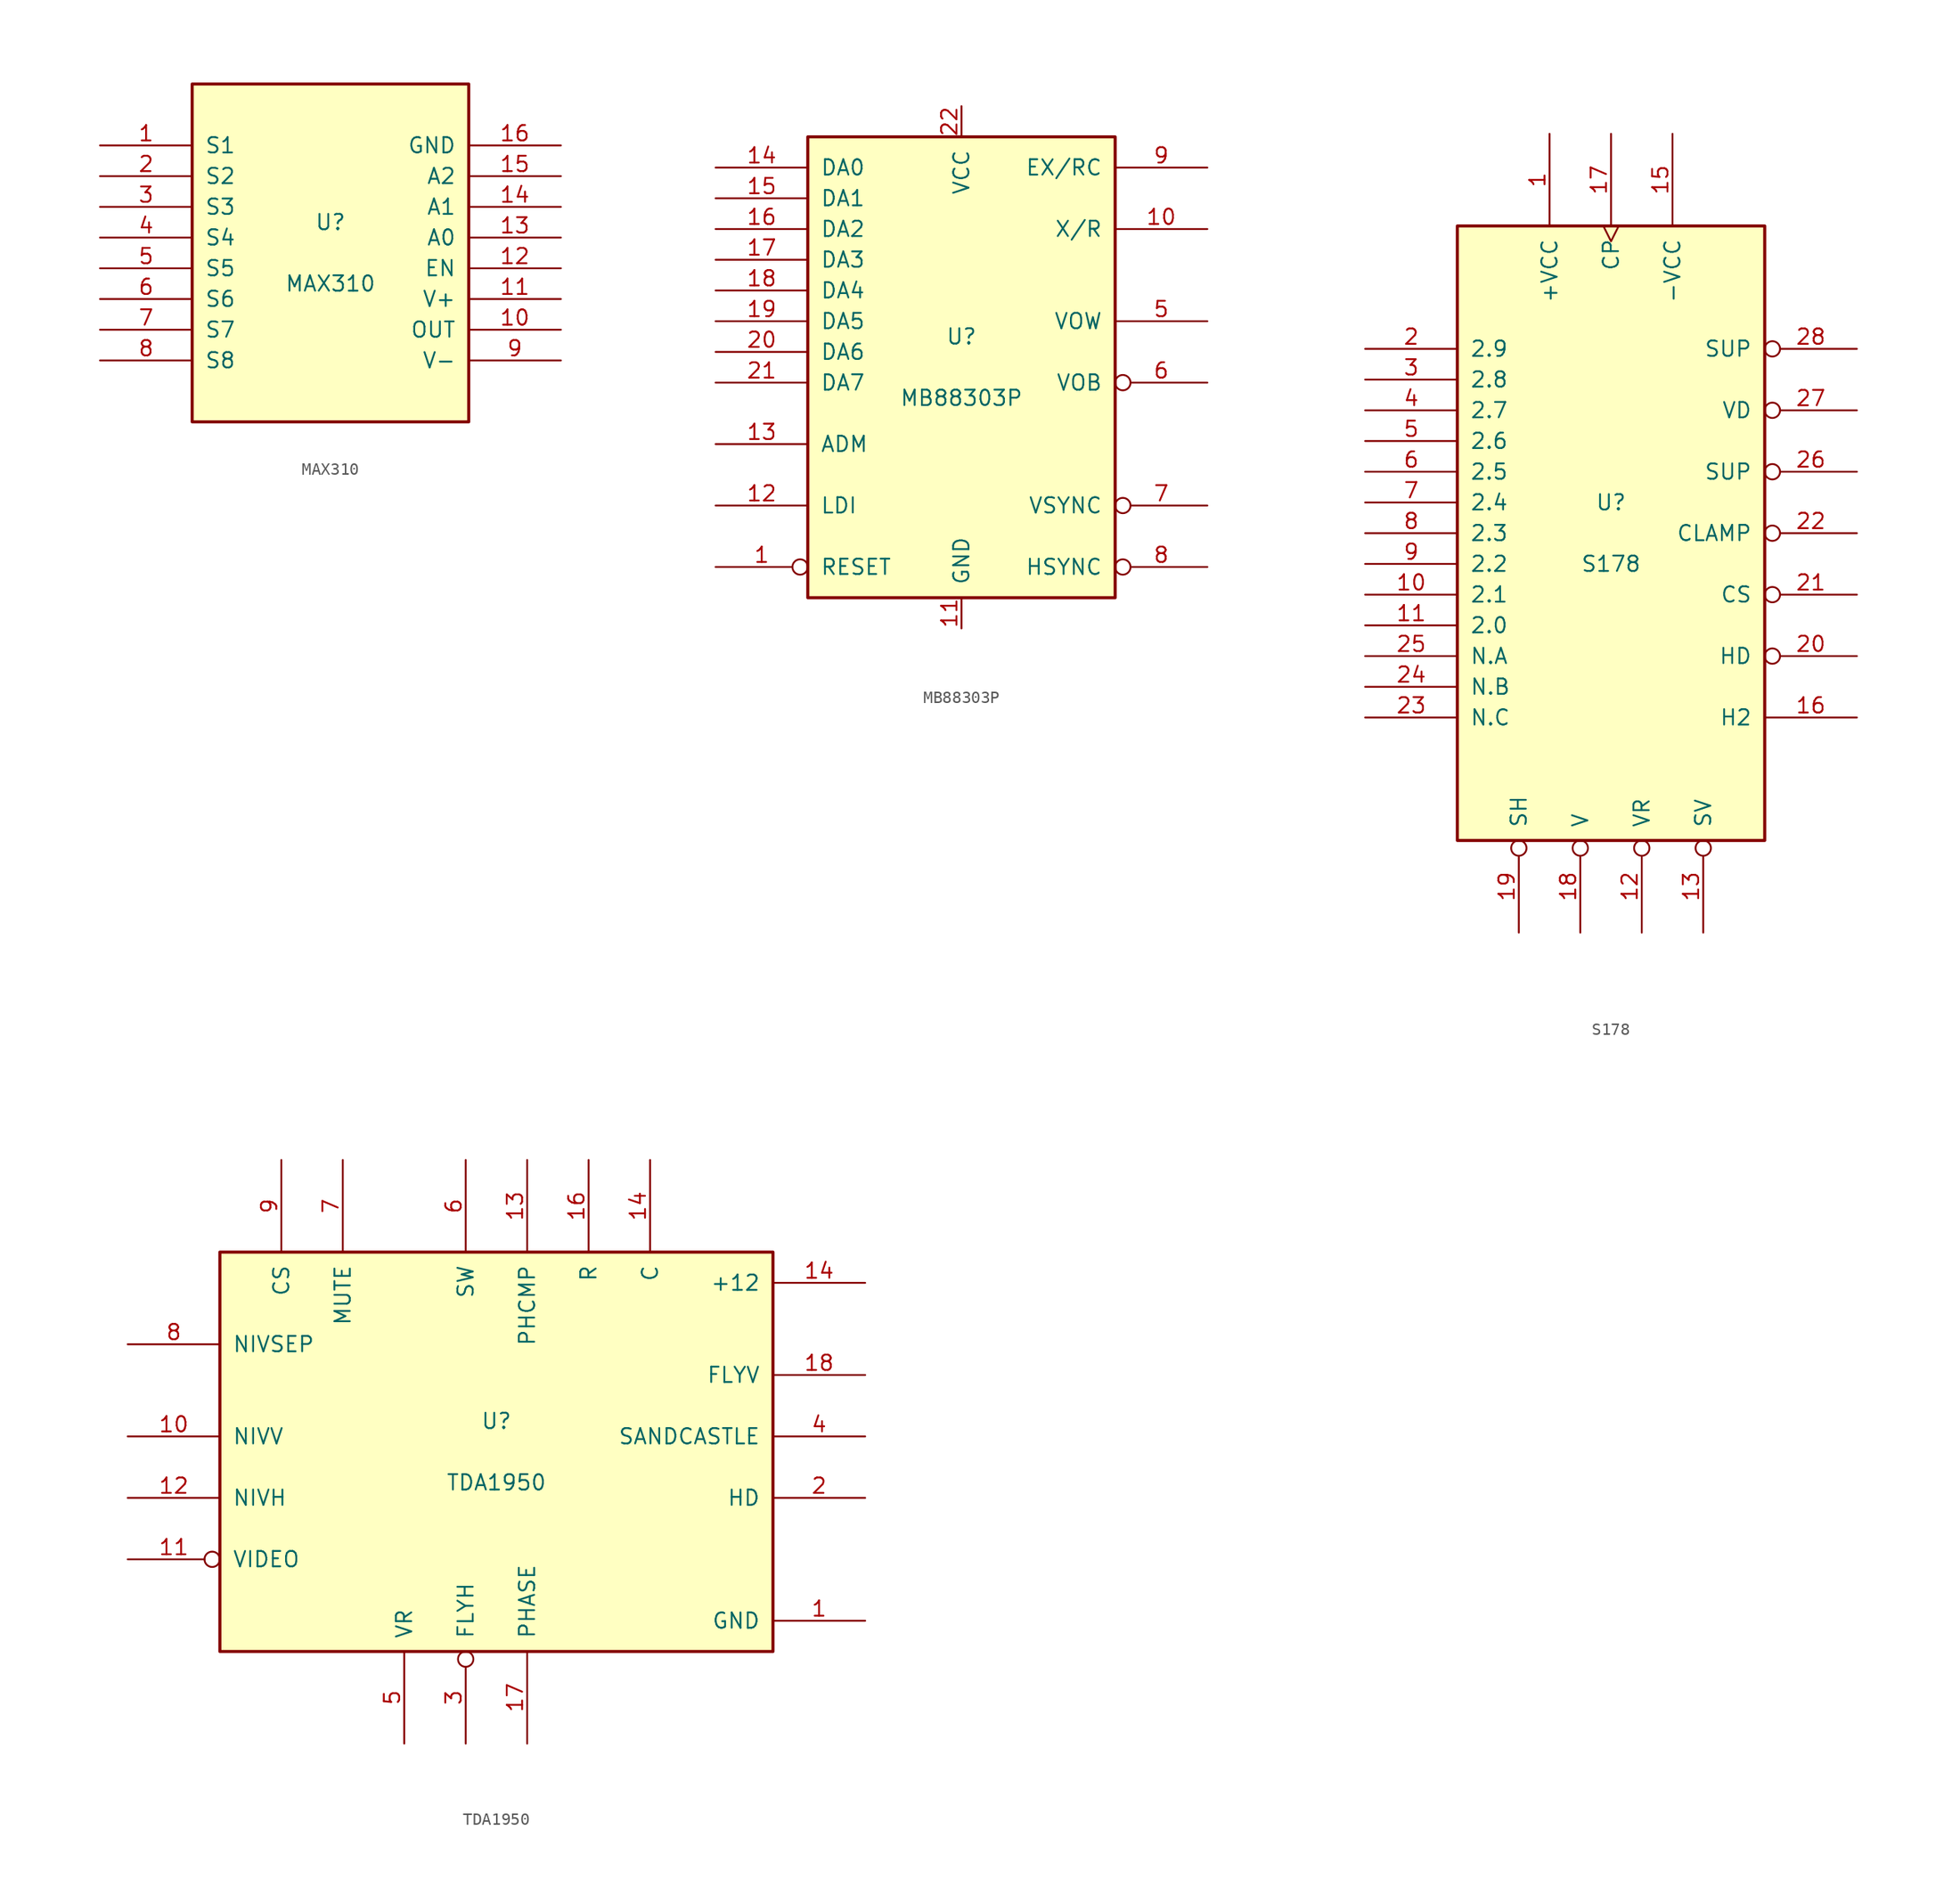
<source format=kicad_sym>
(kicad_symbol_lib
  (version 20231120)
  (generator "kicad_symbol_editor")
  (generator_version "8.0")
  (symbol "MAX310"
    (pin_names
      (offset 1.016))
    (property "Reference" "U"
      (at 0 2.54 0)
      (effects (font (size 1.27 1.27))))
    (property "Value" "MAX310"
      (at 0 -2.54 0)
      (effects (font (size 1.27 1.27))))
    (symbol "MAX310_0_1"
      (rectangle (start -11.43 -13.97) (end 11.43 13.97) (stroke (width 0.254) (type default)) (fill (type background))))
    (symbol "MAX310_1_1"
      (pin input line (at -19.05 8.89 0) (length 7.62) (name "S1" (effects (font (size 1.27 1.27)))) (number "1" (effects (font (size 1.27 1.27)))))
      (pin input line (at 19.05 -6.35 180) (length 7.62) (name "OUT" (effects (font (size 1.27 1.27)))) (number "10" (effects (font (size 1.27 1.27)))))
      (pin input line (at 19.05 -3.81 180) (length 7.62) (name "V+" (effects (font (size 1.27 1.27)))) (number "11" (effects (font (size 1.27 1.27)))))
      (pin input line (at 19.05 -1.27 180) (length 7.62) (name "EN" (effects (font (size 1.27 1.27)))) (number "12" (effects (font (size 1.27 1.27)))))
      (pin input line (at 19.05 1.27 180) (length 7.62) (name "A0" (effects (font (size 1.27 1.27)))) (number "13" (effects (font (size 1.27 1.27)))))
      (pin input line (at 19.05 3.81 180) (length 7.62) (name "A1" (effects (font (size 1.27 1.27)))) (number "14" (effects (font (size 1.27 1.27)))))
      (pin input line (at 19.05 6.35 180) (length 7.62) (name "A2" (effects (font (size 1.27 1.27)))) (number "15" (effects (font (size 1.27 1.27)))))
      (pin input line (at 19.05 8.89 180) (length 7.62) (name "GND" (effects (font (size 1.27 1.27)))) (number "16" (effects (font (size 1.27 1.27)))))
      (pin input line (at -19.05 6.35 0) (length 7.62) (name "S2" (effects (font (size 1.27 1.27)))) (number "2" (effects (font (size 1.27 1.27)))))
      (pin input line (at -19.05 3.81 0) (length 7.62) (name "S3" (effects (font (size 1.27 1.27)))) (number "3" (effects (font (size 1.27 1.27)))))
      (pin input line (at -19.05 1.27 0) (length 7.62) (name "S4" (effects (font (size 1.27 1.27)))) (number "4" (effects (font (size 1.27 1.27)))))
      (pin input line (at -19.05 -1.27 0) (length 7.62) (name "S5" (effects (font (size 1.27 1.27)))) (number "5" (effects (font (size 1.27 1.27)))))
      (pin input line (at -19.05 -3.81 0) (length 7.62) (name "S6" (effects (font (size 1.27 1.27)))) (number "6" (effects (font (size 1.27 1.27)))))
      (pin input line (at -19.05 -6.35 0) (length 7.62) (name "S7" (effects (font (size 1.27 1.27)))) (number "7" (effects (font (size 1.27 1.27)))))
      (pin input line (at -19.05 -8.89 0) (length 7.62) (name "S8" (effects (font (size 1.27 1.27)))) (number "8" (effects (font (size 1.27 1.27)))))
      (pin input line (at 19.05 -8.89 180) (length 7.62) (name "V-" (effects (font (size 1.27 1.27)))) (number "9" (effects (font (size 1.27 1.27)))))))
  (symbol "MB88303P"
    (pin_names
      (offset 1.016))
    (property "Reference" "U"
      (at 0 2.54 0)
      (effects (font (size 1.27 1.27))))
    (property "Value" "MB88303P"
      (at 0 -2.54 0)
      (effects (font (size 1.27 1.27))))
    (symbol "MB88303P_0_1"
      (rectangle (start -12.7 -19.05) (end 12.7 19.05) (stroke (width 0.254) (type default)) (fill (type background))))
    (symbol "MB88303P_1_1"
      (pin input inverted (at -20.32 -16.51 0) (length 7.62) (name "RESET" (effects (font (size 1.27 1.27)))) (number "1" (effects (font (size 1.27 1.27)))))
      (pin output line (at 20.32 11.43 180) (length 7.62) (name "X/R" (effects (font (size 1.27 1.27)))) (number "10" (effects (font (size 1.27 1.27)))))
      (pin power_in line (at 0 -21.59 90) (length 2.54) (name "GND" (effects (font (size 1.27 1.27)))) (number "11" (effects (font (size 1.27 1.27)))))
      (pin input line (at -20.32 -11.43 0) (length 7.62) (name "LDI" (effects (font (size 1.27 1.27)))) (number "12" (effects (font (size 1.27 1.27)))))
      (pin input line (at -20.32 -6.35 0) (length 7.62) (name "ADM" (effects (font (size 1.27 1.27)))) (number "13" (effects (font (size 1.27 1.27)))))
      (pin input line (at -20.32 16.51 0) (length 7.62) (name "DA0" (effects (font (size 1.27 1.27)))) (number "14" (effects (font (size 1.27 1.27)))))
      (pin input line (at -20.32 13.97 0) (length 7.62) (name "DA1" (effects (font (size 1.27 1.27)))) (number "15" (effects (font (size 1.27 1.27)))))
      (pin input line (at -20.32 11.43 0) (length 7.62) (name "DA2" (effects (font (size 1.27 1.27)))) (number "16" (effects (font (size 1.27 1.27)))))
      (pin input line (at -20.32 8.89 0) (length 7.62) (name "DA3" (effects (font (size 1.27 1.27)))) (number "17" (effects (font (size 1.27 1.27)))))
      (pin input line (at -20.32 6.35 0) (length 7.62) (name "DA4" (effects (font (size 1.27 1.27)))) (number "18" (effects (font (size 1.27 1.27)))))
      (pin input line (at -20.32 3.81 0) (length 7.62) (name "DA5" (effects (font (size 1.27 1.27)))) (number "19" (effects (font (size 1.27 1.27)))))
      (pin input line (at -20.32 1.27 0) (length 7.62) (name "DA6" (effects (font (size 1.27 1.27)))) (number "20" (effects (font (size 1.27 1.27)))))
      (pin input line (at -20.32 -1.27 0) (length 7.62) (name "DA7" (effects (font (size 1.27 1.27)))) (number "21" (effects (font (size 1.27 1.27)))))
      (pin power_in line (at 0 21.59 270) (length 2.54) (name "VCC" (effects (font (size 1.27 1.27)))) (number "22" (effects (font (size 1.27 1.27)))))
      (pin output line (at 20.32 3.81 180) (length 7.62) (name "VOW" (effects (font (size 1.27 1.27)))) (number "5" (effects (font (size 1.27 1.27)))))
      (pin output inverted (at 20.32 -1.27 180) (length 7.62) (name "VOB" (effects (font (size 1.27 1.27)))) (number "6" (effects (font (size 1.27 1.27)))))
      (pin input inverted (at 20.32 -11.43 180) (length 7.62) (name "VSYNC" (effects (font (size 1.27 1.27)))) (number "7" (effects (font (size 1.27 1.27)))))
      (pin input inverted (at 20.32 -16.51 180) (length 7.62) (name "HSYNC" (effects (font (size 1.27 1.27)))) (number "8" (effects (font (size 1.27 1.27)))))
      (pin input line (at 20.32 16.51 180) (length 7.62) (name "EX/RC" (effects (font (size 1.27 1.27)))) (number "9" (effects (font (size 1.27 1.27)))))))
  (symbol "S178"
    (pin_names
      (offset 1.016))
    (property "Reference" "U"
      (at 0 2.54 0)
      (effects (font (size 1.27 1.27))))
    (property "Value" "S178"
      (at 0 -2.54 0)
      (effects (font (size 1.27 1.27))))
    (symbol "S178_0_1"
      (rectangle (start -12.7 -25.4) (end 12.7 25.4) (stroke (width 0.254) (type default)) (fill (type background))))
    (symbol "S178_1_1"
      (pin input line (at -5.08 33.02 270) (length 7.62) (name "+VCC" (effects (font (size 1.27 1.27)))) (number "1" (effects (font (size 1.27 1.27)))))
      (pin input line (at -20.32 -5.08 0) (length 7.62) (name "2.1" (effects (font (size 1.27 1.27)))) (number "10" (effects (font (size 1.27 1.27)))))
      (pin input line (at -20.32 -7.62 0) (length 7.62) (name "2.0" (effects (font (size 1.27 1.27)))) (number "11" (effects (font (size 1.27 1.27)))))
      (pin input inverted (at 2.54 -33.02 90) (length 7.62) (name "VR" (effects (font (size 1.27 1.27)))) (number "12" (effects (font (size 1.27 1.27)))))
      (pin input inverted (at 7.62 -33.02 90) (length 7.62) (name "SV" (effects (font (size 1.27 1.27)))) (number "13" (effects (font (size 1.27 1.27)))))
      (pin input line (at 5.08 33.02 270) (length 7.62) (name "-VCC" (effects (font (size 1.27 1.27)))) (number "15" (effects (font (size 1.27 1.27)))))
      (pin output line (at 20.32 -15.24 180) (length 7.62) (name "H2" (effects (font (size 1.27 1.27)))) (number "16" (effects (font (size 1.27 1.27)))))
      (pin input clock (at 0 33.02 270) (length 7.62) (name "CP" (effects (font (size 1.27 1.27)))) (number "17" (effects (font (size 1.27 1.27)))))
      (pin input inverted (at -2.54 -33.02 90) (length 7.62) (name "V" (effects (font (size 1.27 1.27)))) (number "18" (effects (font (size 1.27 1.27)))))
      (pin input inverted (at -7.62 -33.02 90) (length 7.62) (name "SH" (effects (font (size 1.27 1.27)))) (number "19" (effects (font (size 1.27 1.27)))))
      (pin input line (at -20.32 15.24 0) (length 7.62) (name "2.9" (effects (font (size 1.27 1.27)))) (number "2" (effects (font (size 1.27 1.27)))))
      (pin output inverted (at 20.32 -10.16 180) (length 7.62) (name "HD" (effects (font (size 1.27 1.27)))) (number "20" (effects (font (size 1.27 1.27)))))
      (pin output inverted (at 20.32 -5.08 180) (length 7.62) (name "CS" (effects (font (size 1.27 1.27)))) (number "21" (effects (font (size 1.27 1.27)))))
      (pin output inverted (at 20.32 0 180) (length 7.62) (name "CLAMP" (effects (font (size 1.27 1.27)))) (number "22" (effects (font (size 1.27 1.27)))))
      (pin input line (at -20.32 -15.24 0) (length 7.62) (name "N.C" (effects (font (size 1.27 1.27)))) (number "23" (effects (font (size 1.27 1.27)))))
      (pin input line (at -20.32 -12.7 0) (length 7.62) (name "N.B" (effects (font (size 1.27 1.27)))) (number "24" (effects (font (size 1.27 1.27)))))
      (pin input line (at -20.32 -10.16 0) (length 7.62) (name "N.A" (effects (font (size 1.27 1.27)))) (number "25" (effects (font (size 1.27 1.27)))))
      (pin output inverted (at 20.32 5.08 180) (length 7.62) (name "SUP" (effects (font (size 1.27 1.27)))) (number "26" (effects (font (size 1.27 1.27)))))
      (pin output inverted (at 20.32 10.16 180) (length 7.62) (name "VD" (effects (font (size 1.27 1.27)))) (number "27" (effects (font (size 1.27 1.27)))))
      (pin output inverted (at 20.32 15.24 180) (length 7.62) (name "SUP" (effects (font (size 1.27 1.27)))) (number "28" (effects (font (size 1.27 1.27)))))
      (pin input line (at -20.32 12.7 0) (length 7.62) (name "2.8" (effects (font (size 1.27 1.27)))) (number "3" (effects (font (size 1.27 1.27)))))
      (pin input line (at -20.32 10.16 0) (length 7.62) (name "2.7" (effects (font (size 1.27 1.27)))) (number "4" (effects (font (size 1.27 1.27)))))
      (pin input line (at -20.32 7.62 0) (length 7.62) (name "2.6" (effects (font (size 1.27 1.27)))) (number "5" (effects (font (size 1.27 1.27)))))
      (pin input line (at -20.32 5.08 0) (length 7.62) (name "2.5" (effects (font (size 1.27 1.27)))) (number "6" (effects (font (size 1.27 1.27)))))
      (pin input line (at -20.32 2.54 0) (length 7.62) (name "2.4" (effects (font (size 1.27 1.27)))) (number "7" (effects (font (size 1.27 1.27)))))
      (pin input line (at -20.32 0 0) (length 7.62) (name "2.3" (effects (font (size 1.27 1.27)))) (number "8" (effects (font (size 1.27 1.27)))))
      (pin input line (at -20.32 -2.54 0) (length 7.62) (name "2.2" (effects (font (size 1.27 1.27)))) (number "9" (effects (font (size 1.27 1.27)))))))
  (symbol "TDA1950"
    (pin_names
      (offset 1.016))
    (property "Reference" "U"
      (at 0 2.54 0)
      (effects (font (size 1.27 1.27))))
    (property "Value" "TDA1950"
      (at 0 -2.54 0)
      (effects (font (size 1.27 1.27))))
    (symbol "TDA1950_0_1"
      (rectangle (start -22.86 -16.51) (end 22.86 16.51) (stroke (width 0.254) (type default)) (fill (type background))))
    (symbol "TDA1950_1_1"
      (pin input line (at 30.48 -13.97 180) (length 7.62) (name "GND" (effects (font (size 1.27 1.27)))) (number "1" (effects (font (size 1.27 1.27)))))
      (pin output line (at -30.48 1.27 0) (length 7.62) (name "NIVV" (effects (font (size 1.27 1.27)))) (number "10" (effects (font (size 1.27 1.27)))))
      (pin input inverted (at -30.48 -8.89 0) (length 7.62) (name "VIDEO" (effects (font (size 1.27 1.27)))) (number "11" (effects (font (size 1.27 1.27)))))
      (pin output line (at -30.48 -3.81 0) (length 7.62) (name "NIVH" (effects (font (size 1.27 1.27)))) (number "12" (effects (font (size 1.27 1.27)))))
      (pin output line (at 2.54 24.13 270) (length 7.62) (name "PHCMP" (effects (font (size 1.27 1.27)))) (number "13" (effects (font (size 1.27 1.27)))))
      (pin input line (at 30.48 13.97 180) (length 7.62) (name "+12" (effects (font (size 1.27 1.27)))) (number "14" (effects (font (size 1.27 1.27)))))
      (pin output line (at 12.7 24.13 270) (length 7.62) (name "C" (effects (font (size 1.27 1.27)))) (number "14" (effects (font (size 1.27 1.27)))))
      (pin output line (at 7.62 24.13 270) (length 7.62) (name "R" (effects (font (size 1.27 1.27)))) (number "16" (effects (font (size 1.27 1.27)))))
      (pin input line (at 2.54 -24.13 90) (length 7.62) (name "PHASE" (effects (font (size 1.27 1.27)))) (number "17" (effects (font (size 1.27 1.27)))))
      (pin input line (at 30.48 6.35 180) (length 7.62) (name "FLYV" (effects (font (size 1.27 1.27)))) (number "18" (effects (font (size 1.27 1.27)))))
      (pin output line (at 30.48 -3.81 180) (length 7.62) (name "HD" (effects (font (size 1.27 1.27)))) (number "2" (effects (font (size 1.27 1.27)))))
      (pin input inverted (at -2.54 -24.13 90) (length 7.62) (name "FLYH" (effects (font (size 1.27 1.27)))) (number "3" (effects (font (size 1.27 1.27)))))
      (pin output line (at 30.48 1.27 180) (length 7.62) (name "SANDCASTLE" (effects (font (size 1.27 1.27)))) (number "4" (effects (font (size 1.27 1.27)))))
      (pin input line (at -7.62 -24.13 90) (length 7.62) (name "VR" (effects (font (size 1.27 1.27)))) (number "5" (effects (font (size 1.27 1.27)))))
      (pin output line (at -2.54 24.13 270) (length 7.62) (name "SW" (effects (font (size 1.27 1.27)))) (number "6" (effects (font (size 1.27 1.27)))))
      (pin output line (at -12.7 24.13 270) (length 7.62) (name "MUTE" (effects (font (size 1.27 1.27)))) (number "7" (effects (font (size 1.27 1.27)))))
      (pin input line (at -30.48 8.89 0) (length 7.62) (name "NIVSEP" (effects (font (size 1.27 1.27)))) (number "8" (effects (font (size 1.27 1.27)))))
      (pin output line (at -17.78 24.13 270) (length 7.62) (name "CS" (effects (font (size 1.27 1.27)))) (number "9" (effects (font (size 1.27 1.27))))))))
</source>
